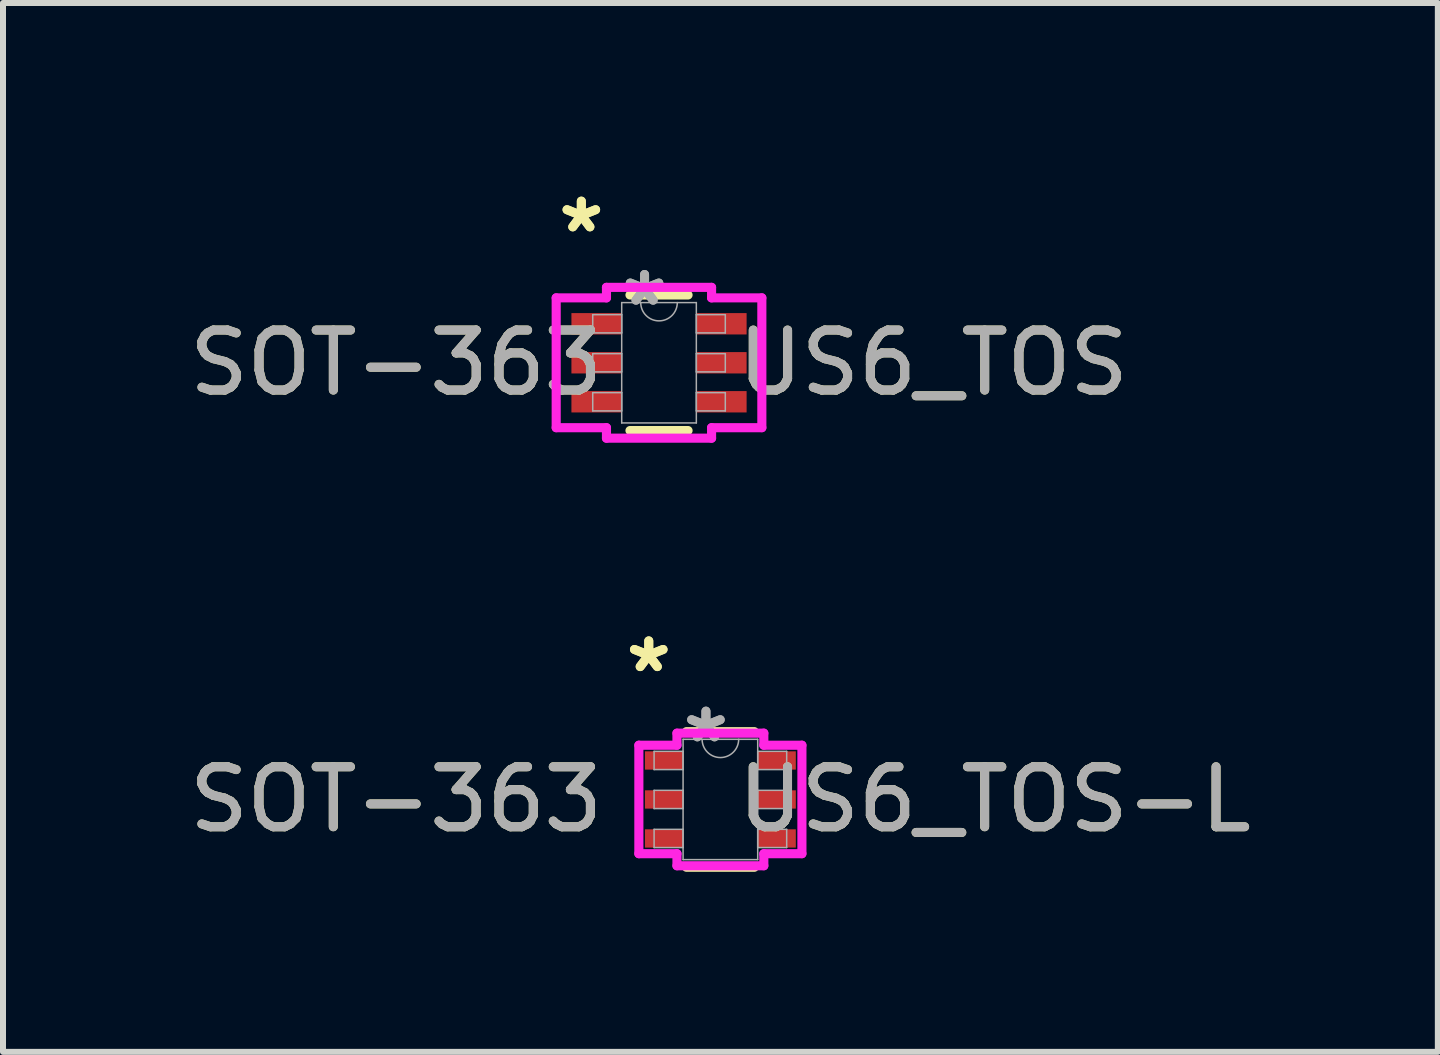
<source format=kicad_pcb>
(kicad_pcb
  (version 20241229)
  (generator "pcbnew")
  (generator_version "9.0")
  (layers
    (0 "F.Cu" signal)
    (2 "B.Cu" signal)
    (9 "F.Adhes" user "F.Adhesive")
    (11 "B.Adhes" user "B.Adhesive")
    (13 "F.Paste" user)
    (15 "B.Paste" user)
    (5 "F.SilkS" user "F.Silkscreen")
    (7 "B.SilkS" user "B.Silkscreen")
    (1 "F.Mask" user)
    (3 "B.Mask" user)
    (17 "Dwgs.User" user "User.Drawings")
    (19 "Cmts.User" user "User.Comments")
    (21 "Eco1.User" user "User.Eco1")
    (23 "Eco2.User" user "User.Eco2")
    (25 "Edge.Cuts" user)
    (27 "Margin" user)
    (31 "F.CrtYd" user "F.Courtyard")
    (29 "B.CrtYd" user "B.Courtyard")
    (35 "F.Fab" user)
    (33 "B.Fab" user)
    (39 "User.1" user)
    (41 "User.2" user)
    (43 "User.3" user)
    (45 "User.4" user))
  (footprint "SOT-363   US6_TOS"
    (layer "F.Cu")
    (at 7.935 2.997)
    (property "Reference" "SOT-363   US6_TOS" (at 0 0 0) (unlocked yes) (layer "F.SilkS") (effects (font (size 1 1) (thickness 0.15))))
    (attr smd)
    (fp_line (start -0.484 1.13) (end 0.484 1.13) (stroke (width 0.152) (type solid)) (layer "F.SilkS"))
    (fp_line (start 0.484 -1.13) (end -0.484 -1.13) (stroke (width 0.152) (type solid)) (layer "F.SilkS"))
    (fp_line (start -1.714 -1.082) (end -0.876 -1.082) (stroke (width 0.152) (type solid)) (layer "F.CrtYd"))
    (fp_line (start -1.714 1.082) (end -1.714 -1.082) (stroke (width 0.152) (type solid)) (layer "F.CrtYd"))
    (fp_line (start -1.714 1.082) (end -0.876 1.082) (stroke (width 0.152) (type solid)) (layer "F.CrtYd"))
    (fp_line (start -0.876 -1.257) (end 0.876 -1.257) (stroke (width 0.152) (type solid)) (layer "F.CrtYd"))
    (fp_line (start -0.876 -1.082) (end -0.876 -1.257) (stroke (width 0.152) (type solid)) (layer "F.CrtYd"))
    (fp_line (start -0.876 1.257) (end -0.876 1.082) (stroke (width 0.152) (type solid)) (layer "F.CrtYd"))
    (fp_line (start 0.876 -1.257) (end 0.876 -1.082) (stroke (width 0.152) (type solid)) (layer "F.CrtYd"))
    (fp_line (start 0.876 1.082) (end 0.876 1.257) (stroke (width 0.152) (type solid)) (layer "F.CrtYd"))
    (fp_line (start 0.876 1.257) (end -0.876 1.257) (stroke (width 0.152) (type solid)) (layer "F.CrtYd"))
    (fp_line (start 1.714 -1.082) (end 0.876 -1.082) (stroke (width 0.152) (type solid)) (layer "F.CrtYd"))
    (fp_line (start 1.714 -1.082) (end 1.714 1.082) (stroke (width 0.152) (type solid)) (layer "F.CrtYd"))
    (fp_line (start 1.714 1.082) (end 0.876 1.082) (stroke (width 0.152) (type solid)) (layer "F.CrtYd"))
    (fp_line (start -1.105 -0.802) (end -1.105 -0.498) (stroke (width 0.025) (type solid)) (layer "F.Fab"))
    (fp_line (start -1.105 -0.498) (end -0.622 -0.498) (stroke (width 0.025) (type solid)) (layer "F.Fab"))
    (fp_line (start -1.105 -0.152) (end -1.105 0.152) (stroke (width 0.025) (type solid)) (layer "F.Fab"))
    (fp_line (start -1.105 0.152) (end -0.622 0.152) (stroke (width 0.025) (type solid)) (layer "F.Fab"))
    (fp_line (start -1.105 0.498) (end -1.105 0.802) (stroke (width 0.025) (type solid)) (layer "F.Fab"))
    (fp_line (start -1.105 0.802) (end -0.622 0.802) (stroke (width 0.025) (type solid)) (layer "F.Fab"))
    (fp_line (start -0.622 -1.003) (end -0.622 1.003) (stroke (width 0.025) (type solid)) (layer "F.Fab"))
    (fp_line (start -0.622 -0.802) (end -1.105 -0.802) (stroke (width 0.025) (type solid)) (layer "F.Fab"))
    (fp_line (start -0.622 -0.498) (end -0.622 -0.802) (stroke (width 0.025) (type solid)) (layer "F.Fab"))
    (fp_line (start -0.622 -0.152) (end -1.105 -0.152) (stroke (width 0.025) (type solid)) (layer "F.Fab"))
    (fp_line (start -0.622 0.152) (end -0.622 -0.152) (stroke (width 0.025) (type solid)) (layer "F.Fab"))
    (fp_line (start -0.622 0.498) (end -1.105 0.498) (stroke (width 0.025) (type solid)) (layer "F.Fab"))
    (fp_line (start -0.622 0.802) (end -0.622 0.498) (stroke (width 0.025) (type solid)) (layer "F.Fab"))
    (fp_line (start -0.622 1.003) (end 0.622 1.003) (stroke (width 0.025) (type solid)) (layer "F.Fab"))
    (fp_line (start 0.622 -1.003) (end -0.622 -1.003) (stroke (width 0.025) (type solid)) (layer "F.Fab"))
    (fp_line (start 0.622 -0.802) (end 0.622 -0.498) (stroke (width 0.025) (type solid)) (layer "F.Fab"))
    (fp_line (start 0.622 -0.498) (end 1.105 -0.498) (stroke (width 0.025) (type solid)) (layer "F.Fab"))
    (fp_line (start 0.622 -0.152) (end 0.622 0.152) (stroke (width 0.025) (type solid)) (layer "F.Fab"))
    (fp_line (start 0.622 0.152) (end 1.105 0.152) (stroke (width 0.025) (type solid)) (layer "F.Fab"))
    (fp_line (start 0.622 0.498) (end 0.622 0.802) (stroke (width 0.025) (type solid)) (layer "F.Fab"))
    (fp_line (start 0.622 0.802) (end 1.105 0.802) (stroke (width 0.025) (type solid)) (layer "F.Fab"))
    (fp_line (start 0.622 1.003) (end 0.622 -1.003) (stroke (width 0.025) (type solid)) (layer "F.Fab"))
    (fp_line (start 1.105 -0.802) (end 0.622 -0.802) (stroke (width 0.025) (type solid)) (layer "F.Fab"))
    (fp_line (start 1.105 -0.498) (end 1.105 -0.802) (stroke (width 0.025) (type solid)) (layer "F.Fab"))
    (fp_line (start 1.105 -0.152) (end 0.622 -0.152) (stroke (width 0.025) (type solid)) (layer "F.Fab"))
    (fp_line (start 1.105 0.152) (end 1.105 -0.152) (stroke (width 0.025) (type solid)) (layer "F.Fab"))
    (fp_line (start 1.105 0.498) (end 0.622 0.498) (stroke (width 0.025) (type solid)) (layer "F.Fab"))
    (fp_line (start 1.105 0.802) (end 1.105 0.498) (stroke (width 0.025) (type solid)) (layer "F.Fab"))
    (fp_arc (start 0.3048 -1.0033) (mid 0 -0.6985) (end -0.3048 -1.0033) (stroke (width 0.0254) (type solid)) (layer "F.Fab"))
    (fp_text user "*" (at -1.295 -2.149 0) (unlocked yes) (layer "F.SilkS") (effects (font (size 1 1) (thickness 0.15))))
    (fp_text user "*" (at -1.295 -2.149 0) (layer "F.SilkS") (effects (font (size 1 1) (thickness 0.15))))
    (fp_text user "*" (at -0.241 -0.927 0) (layer "F.Fab") (effects (font (size 1 1) (thickness 0.15))))
    (fp_text user "*" (at -0.241 -0.927 0) (unlocked yes) (layer "F.Fab") (effects (font (size 1 1) (thickness 0.15))))
    (fp_text user "${REFERENCE}" (at 0 0 0) (unlocked yes) (layer "F.Fab") (effects (font (size 1 1) (thickness 0.15))))
    (pad "1" smd rect (at -1.041 -0.65) (size 0.838 0.356) (layers "F.Cu" "F.Mask" "F.Paste"))
    (pad "2" smd rect (at -1.041 0) (size 0.838 0.356) (layers "F.Cu" "F.Mask" "F.Paste"))
    (pad "3" smd rect (at -1.041 0.65) (size 0.838 0.356) (layers "F.Cu" "F.Mask" "F.Paste"))
    (pad "4" smd rect (at 1.041 0.65) (size 0.838 0.356) (layers "F.Cu" "F.Mask" "F.Paste"))
    (pad "5" smd rect (at 1.041 0) (size 0.838 0.356) (layers "F.Cu" "F.Mask" "F.Paste"))
    (pad "6" smd rect (at 1.041 -0.65) (size 0.838 0.356) (layers "F.Cu" "F.Mask" "F.Paste")))
  (footprint "SOT-363   US6_TOS-L"
    (layer "F.Cu")
    (at 8.958 10.276)
    (property "Reference" "SOT-363   US6_TOS-L" (at 0 0 0) (unlocked yes) (layer "F.SilkS") (effects (font (size 1 1) (thickness 0.15))))
    (attr smd)
    (fp_line (start -0.566 1.13) (end 0.566 1.13) (stroke (width 0.152) (type solid)) (layer "F.SilkS"))
    (fp_line (start 0.566 -1.13) (end -0.566 -1.13) (stroke (width 0.152) (type solid)) (layer "F.SilkS"))
    (fp_line (start -1.359 -0.904) (end -0.724 -0.904) (stroke (width 0.152) (type solid)) (layer "F.CrtYd"))
    (fp_line (start -1.359 0.904) (end -1.359 -0.904) (stroke (width 0.152) (type solid)) (layer "F.CrtYd"))
    (fp_line (start -1.359 0.904) (end -0.724 0.904) (stroke (width 0.152) (type solid)) (layer "F.CrtYd"))
    (fp_line (start -0.724 -1.105) (end 0.724 -1.105) (stroke (width 0.152) (type solid)) (layer "F.CrtYd"))
    (fp_line (start -0.724 -0.904) (end -0.724 -1.105) (stroke (width 0.152) (type solid)) (layer "F.CrtYd"))
    (fp_line (start -0.724 1.105) (end -0.724 0.904) (stroke (width 0.152) (type solid)) (layer "F.CrtYd"))
    (fp_line (start 0.724 -1.105) (end 0.724 -0.904) (stroke (width 0.152) (type solid)) (layer "F.CrtYd"))
    (fp_line (start 0.724 0.904) (end 0.724 1.105) (stroke (width 0.152) (type solid)) (layer "F.CrtYd"))
    (fp_line (start 0.724 1.105) (end -0.724 1.105) (stroke (width 0.152) (type solid)) (layer "F.CrtYd"))
    (fp_line (start 1.359 -0.904) (end 0.724 -0.904) (stroke (width 0.152) (type solid)) (layer "F.CrtYd"))
    (fp_line (start 1.359 -0.904) (end 1.359 0.904) (stroke (width 0.152) (type solid)) (layer "F.CrtYd"))
    (fp_line (start 1.359 0.904) (end 0.724 0.904) (stroke (width 0.152) (type solid)) (layer "F.CrtYd"))
    (fp_line (start -1.105 -0.802) (end -1.105 -0.498) (stroke (width 0.025) (type solid)) (layer "F.Fab"))
    (fp_line (start -1.105 -0.498) (end -0.622 -0.498) (stroke (width 0.025) (type solid)) (layer "F.Fab"))
    (fp_line (start -1.105 -0.152) (end -1.105 0.152) (stroke (width 0.025) (type solid)) (layer "F.Fab"))
    (fp_line (start -1.105 0.152) (end -0.622 0.152) (stroke (width 0.025) (type solid)) (layer "F.Fab"))
    (fp_line (start -1.105 0.498) (end -1.105 0.802) (stroke (width 0.025) (type solid)) (layer "F.Fab"))
    (fp_line (start -1.105 0.802) (end -0.622 0.802) (stroke (width 0.025) (type solid)) (layer "F.Fab"))
    (fp_line (start -0.622 -1.003) (end -0.622 1.003) (stroke (width 0.025) (type solid)) (layer "F.Fab"))
    (fp_line (start -0.622 -0.802) (end -1.105 -0.802) (stroke (width 0.025) (type solid)) (layer "F.Fab"))
    (fp_line (start -0.622 -0.498) (end -0.622 -0.802) (stroke (width 0.025) (type solid)) (layer "F.Fab"))
    (fp_line (start -0.622 -0.152) (end -1.105 -0.152) (stroke (width 0.025) (type solid)) (layer "F.Fab"))
    (fp_line (start -0.622 0.152) (end -0.622 -0.152) (stroke (width 0.025) (type solid)) (layer "F.Fab"))
    (fp_line (start -0.622 0.498) (end -1.105 0.498) (stroke (width 0.025) (type solid)) (layer "F.Fab"))
    (fp_line (start -0.622 0.802) (end -0.622 0.498) (stroke (width 0.025) (type solid)) (layer "F.Fab"))
    (fp_line (start -0.622 1.003) (end 0.622 1.003) (stroke (width 0.025) (type solid)) (layer "F.Fab"))
    (fp_line (start 0.622 -1.003) (end -0.622 -1.003) (stroke (width 0.025) (type solid)) (layer "F.Fab"))
    (fp_line (start 0.622 -0.802) (end 0.622 -0.498) (stroke (width 0.025) (type solid)) (layer "F.Fab"))
    (fp_line (start 0.622 -0.498) (end 1.105 -0.498) (stroke (width 0.025) (type solid)) (layer "F.Fab"))
    (fp_line (start 0.622 -0.152) (end 0.622 0.152) (stroke (width 0.025) (type solid)) (layer "F.Fab"))
    (fp_line (start 0.622 0.152) (end 1.105 0.152) (stroke (width 0.025) (type solid)) (layer "F.Fab"))
    (fp_line (start 0.622 0.498) (end 0.622 0.802) (stroke (width 0.025) (type solid)) (layer "F.Fab"))
    (fp_line (start 0.622 0.802) (end 1.105 0.802) (stroke (width 0.025) (type solid)) (layer "F.Fab"))
    (fp_line (start 0.622 1.003) (end 0.622 -1.003) (stroke (width 0.025) (type solid)) (layer "F.Fab"))
    (fp_line (start 1.105 -0.802) (end 0.622 -0.802) (stroke (width 0.025) (type solid)) (layer "F.Fab"))
    (fp_line (start 1.105 -0.498) (end 1.105 -0.802) (stroke (width 0.025) (type solid)) (layer "F.Fab"))
    (fp_line (start 1.105 -0.152) (end 0.622 -0.152) (stroke (width 0.025) (type solid)) (layer "F.Fab"))
    (fp_line (start 1.105 0.152) (end 1.105 -0.152) (stroke (width 0.025) (type solid)) (layer "F.Fab"))
    (fp_line (start 1.105 0.498) (end 0.622 0.498) (stroke (width 0.025) (type solid)) (layer "F.Fab"))
    (fp_line (start 1.105 0.802) (end 1.105 0.498) (stroke (width 0.025) (type solid)) (layer "F.Fab"))
    (fp_arc (start 0.3048 -1.0033) (mid 0 -0.6985) (end -0.3048 -1.0033) (stroke (width 0.0254) (type solid)) (layer "F.Fab"))
    (fp_text user "*" (at -1.194 -2.098 0) (unlocked yes) (layer "F.SilkS") (effects (font (size 1 1) (thickness 0.15))))
    (fp_text user "*" (at -1.194 -2.098 0) (layer "F.SilkS") (effects (font (size 1 1) (thickness 0.15))))
    (fp_text user "${REFERENCE}" (at 0 0 0) (unlocked yes) (layer "F.Fab") (effects (font (size 1 1) (thickness 0.15))))
    (fp_text user "*" (at -0.241 -0.927 0) (unlocked yes) (layer "F.Fab") (effects (font (size 1 1) (thickness 0.15))))
    (fp_text user "*" (at -0.241 -0.927 0) (layer "F.Fab") (effects (font (size 1 1) (thickness 0.15))))
    (pad "1" smd rect (at -0.94 -0.65) (size 0.635 0.305) (layers "F.Cu" "F.Mask" "F.Paste"))
    (pad "2" smd rect (at -0.94 0) (size 0.635 0.305) (layers "F.Cu" "F.Mask" "F.Paste"))
    (pad "3" smd rect (at -0.94 0.65) (size 0.635 0.305) (layers "F.Cu" "F.Mask" "F.Paste"))
    (pad "4" smd rect (at 0.94 0.65) (size 0.635 0.305) (layers "F.Cu" "F.Mask" "F.Paste"))
    (pad "5" smd rect (at 0.94 0) (size 0.635 0.305) (layers "F.Cu" "F.Mask" "F.Paste"))
    (pad "6" smd rect (at 0.94 -0.65) (size 0.635 0.305) (layers "F.Cu" "F.Mask" "F.Paste")))
  (gr_rect
    (start -3 -3)
    (end 20.917 14.483)
    (stroke (width 0.1) (type default))
    (fill no)
    (layer "Edge.Cuts")))
</source>
